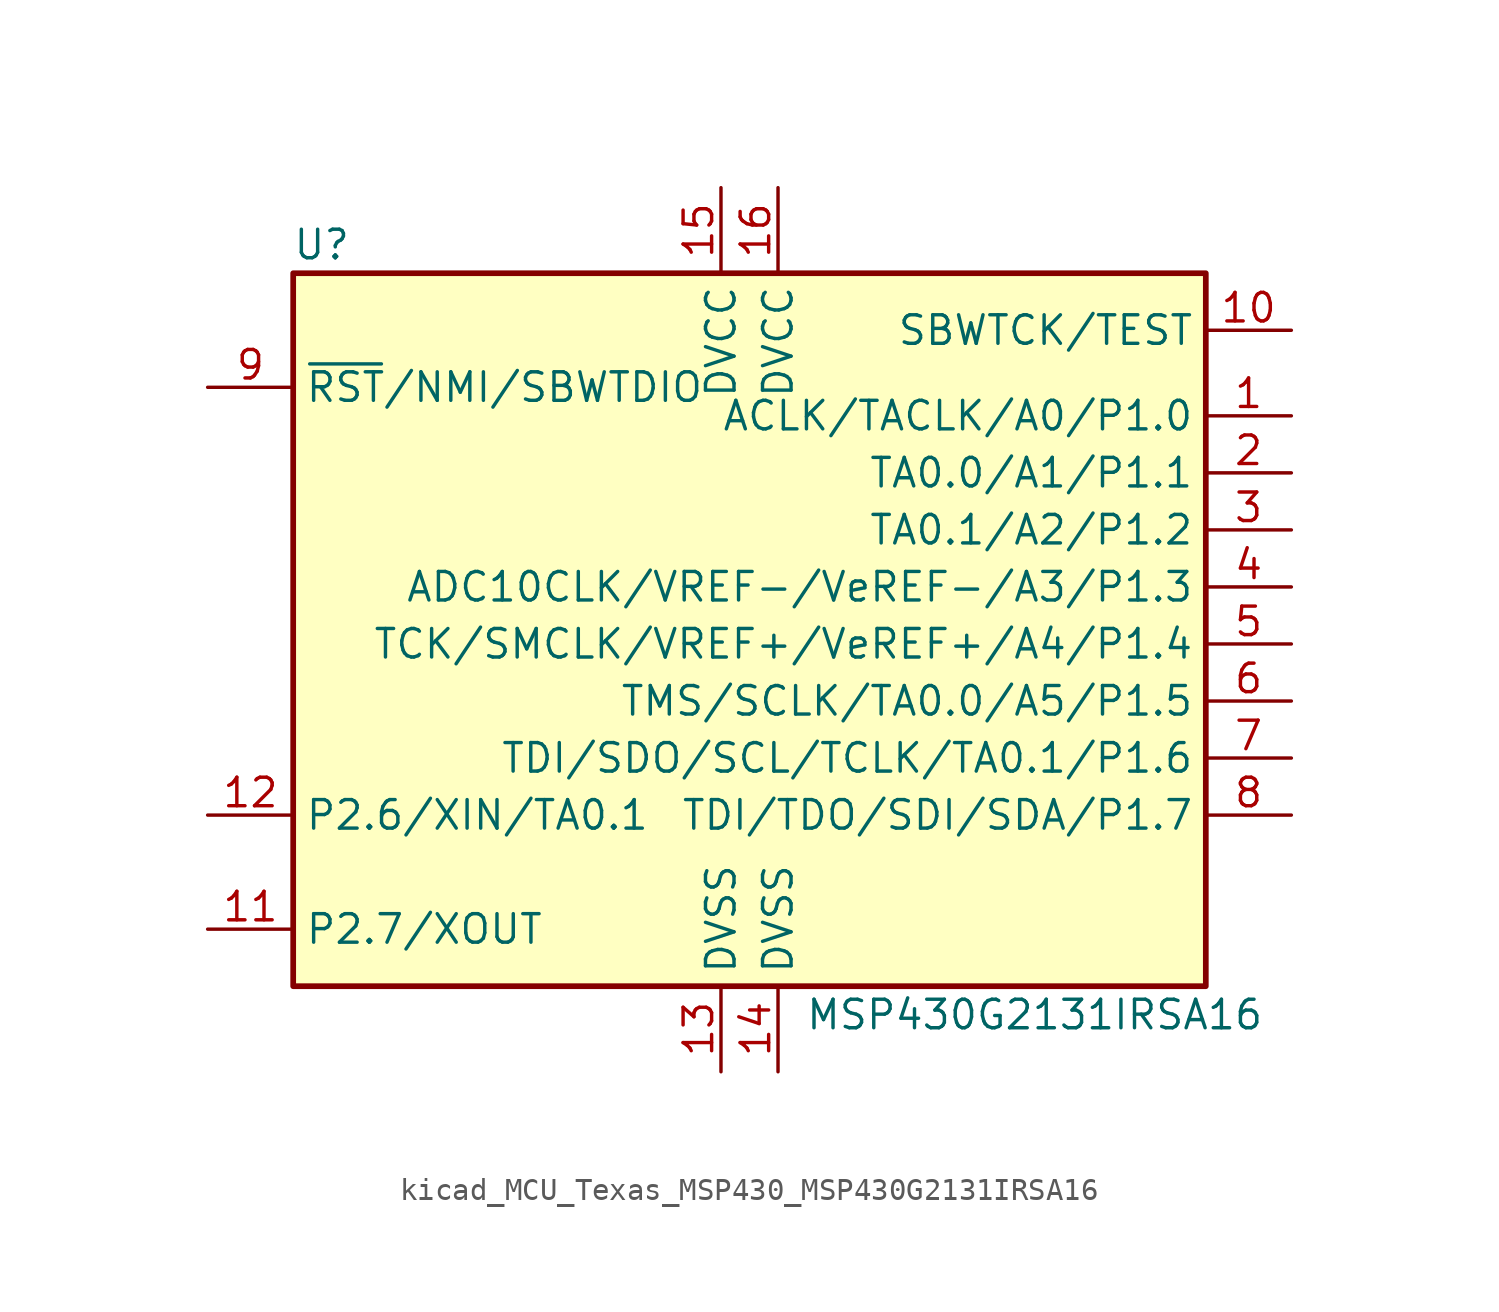
<source format=kicad_sym>
(kicad_symbol_lib
  (version 20220914)
  (generator kicad_symbol_editor)
  (symbol "kicad_MCU_Texas_MSP430_MSP430G2131IRSA16"
    (property "Reference" "U"
      (at -19.05 17.78 0)
      (effects (font (size 1.27 1.27))))
    (property "Value" "MSP430G2131IRSA16"
      (at 12.7 -16.51 0)
      (effects (font (size 1.27 1.27))))
    (symbol "kicad_MCU_Texas_MSP430_MSP430G2131IRSA16_0_1"
      (rectangle (start -20.32 16.51) (end 20.32 -15.24) (stroke (width 0.254) (type default)) (fill (type background))))
    (symbol "kicad_MCU_Texas_MSP430_MSP430G2131IRSA16_1_1"
      (pin bidirectional line (at 24.13 10.16 180) (length 3.81) (name "ACLK/TACLK/A0/P1.0" (effects (font (size 1.27 1.27)))) (number "1" (effects (font (size 1.27 1.27)))))
      (pin input line (at 24.13 13.97 180) (length 3.81) (name "SBWTCK/TEST" (effects (font (size 1.27 1.27)))) (number "10" (effects (font (size 1.27 1.27)))))
      (pin bidirectional line (at -24.13 -12.7 0) (length 3.81) (name "P2.7/XOUT" (effects (font (size 1.27 1.27)))) (number "11" (effects (font (size 1.27 1.27)))))
      (pin bidirectional line (at -24.13 -7.62 0) (length 3.81) (name "P2.6/XIN/TA0.1" (effects (font (size 1.27 1.27)))) (number "12" (effects (font (size 1.27 1.27)))))
      (pin power_in line (at -1.27 -19.05 90) (length 3.81) (name "DVSS" (effects (font (size 1.27 1.27)))) (number "13" (effects (font (size 1.27 1.27)))))
      (pin power_in line (at 1.27 -19.05 90) (length 3.81) (name "DVSS" (effects (font (size 1.27 1.27)))) (number "14" (effects (font (size 1.27 1.27)))))
      (pin power_in line (at -1.27 20.32 270) (length 3.81) (name "DVCC" (effects (font (size 1.27 1.27)))) (number "15" (effects (font (size 1.27 1.27)))))
      (pin power_in line (at 1.27 20.32 270) (length 3.81) (name "DVCC" (effects (font (size 1.27 1.27)))) (number "16" (effects (font (size 1.27 1.27)))))
      (pin bidirectional line (at 24.13 7.62 180) (length 3.81) (name "TA0.0/A1/P1.1" (effects (font (size 1.27 1.27)))) (number "2" (effects (font (size 1.27 1.27)))))
      (pin bidirectional line (at 24.13 5.08 180) (length 3.81) (name "TA0.1/A2/P1.2" (effects (font (size 1.27 1.27)))) (number "3" (effects (font (size 1.27 1.27)))))
      (pin bidirectional line (at 24.13 2.54 180) (length 3.81) (name "ADC10CLK/VREF-/VeREF-/A3/P1.3" (effects (font (size 1.27 1.27)))) (number "4" (effects (font (size 1.27 1.27)))))
      (pin bidirectional line (at 24.13 0 180) (length 3.81) (name "TCK/SMCLK/VREF+/VeREF+/A4/P1.4" (effects (font (size 1.27 1.27)))) (number "5" (effects (font (size 1.27 1.27)))))
      (pin bidirectional line (at 24.13 -2.54 180) (length 3.81) (name "TMS/SCLK/TA0.0/A5/P1.5" (effects (font (size 1.27 1.27)))) (number "6" (effects (font (size 1.27 1.27)))))
      (pin bidirectional line (at 24.13 -5.08 180) (length 3.81) (name "TDI/SDO/SCL/TCLK/TA0.1/P1.6" (effects (font (size 1.27 1.27)))) (number "7" (effects (font (size 1.27 1.27)))))
      (pin bidirectional line (at 24.13 -7.62 180) (length 3.81) (name "TDI/TDO/SDI/SDA/P1.7" (effects (font (size 1.27 1.27)))) (number "8" (effects (font (size 1.27 1.27)))))
      (pin input line (at -24.13 11.43 0) (length 3.81) (name "~{RST}/NMI/SBWTDIO" (effects (font (size 1.27 1.27)))) (number "9" (effects (font (size 1.27 1.27))))))))
</source>
